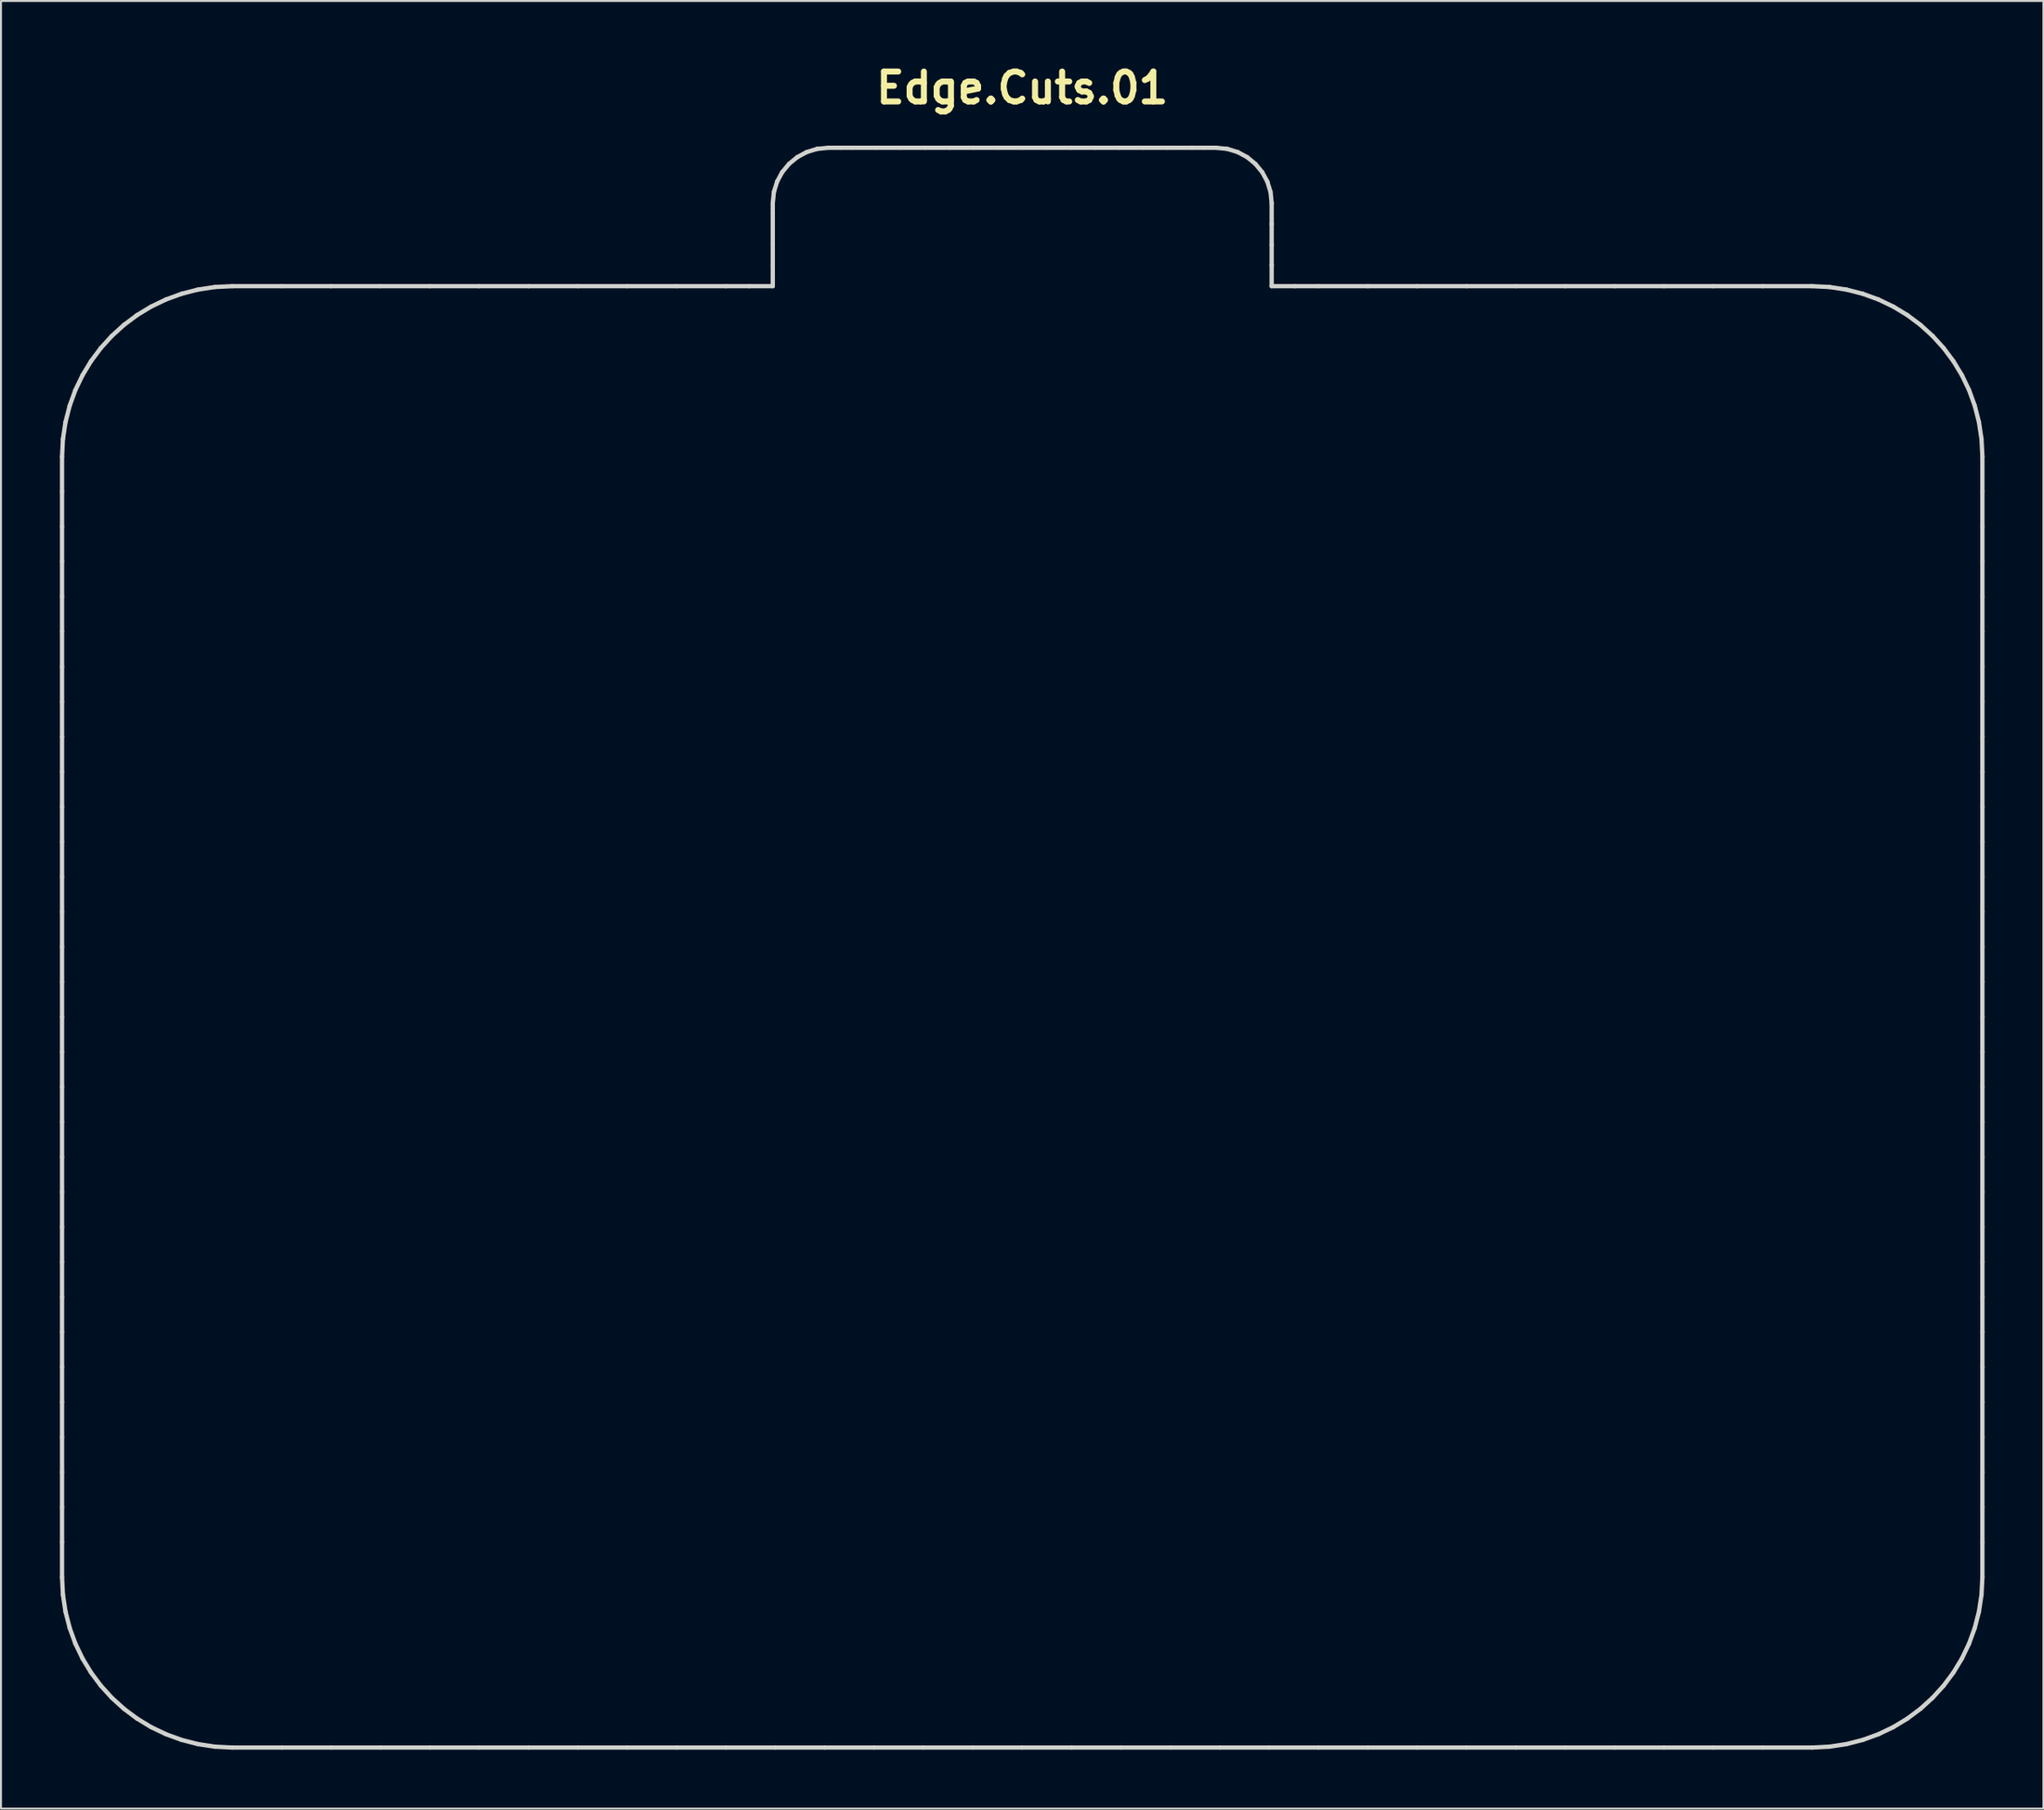
<source format=kicad_pcb>
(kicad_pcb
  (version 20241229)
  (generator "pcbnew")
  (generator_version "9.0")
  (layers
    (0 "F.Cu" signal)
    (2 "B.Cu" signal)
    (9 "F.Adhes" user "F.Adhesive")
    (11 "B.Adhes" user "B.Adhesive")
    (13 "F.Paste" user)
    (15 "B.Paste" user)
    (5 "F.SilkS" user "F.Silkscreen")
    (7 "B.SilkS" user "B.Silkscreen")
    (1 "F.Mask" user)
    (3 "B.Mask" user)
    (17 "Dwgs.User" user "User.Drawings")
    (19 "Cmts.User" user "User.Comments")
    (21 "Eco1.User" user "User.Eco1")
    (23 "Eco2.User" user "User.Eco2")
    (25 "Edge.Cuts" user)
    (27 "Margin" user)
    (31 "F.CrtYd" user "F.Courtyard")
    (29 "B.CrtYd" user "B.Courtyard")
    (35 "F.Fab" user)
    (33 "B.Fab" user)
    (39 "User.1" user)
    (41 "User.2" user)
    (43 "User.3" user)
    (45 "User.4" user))
  (footprint "Edge.Cuts.01"
    (layer "F.Cu")
    (at 48.993 45.197)
    (property "Reference" "Edge.Cuts.01" (at 0 -43.771 0) (layer "F.SilkS") (effects (font (size 1.524 1.524) (thickness 0.305))))
    (attr smd)
    (fp_line (start -48.884 -25.008) (end -48.884 -23.225) (stroke (width 0.218) (type solid)) (layer "Edge.Cuts"))
    (fp_line (start -48.884 -23.225) (end -48.884 -21.442) (stroke (width 0.218) (type solid)) (layer "Edge.Cuts"))
    (fp_line (start -48.884 -21.442) (end -48.884 -19.659) (stroke (width 0.218) (type solid)) (layer "Edge.Cuts"))
    (fp_line (start -48.884 -19.659) (end -48.884 -17.876) (stroke (width 0.218) (type solid)) (layer "Edge.Cuts"))
    (fp_line (start -48.884 -17.876) (end -48.884 -16.092) (stroke (width 0.218) (type solid)) (layer "Edge.Cuts"))
    (fp_line (start -48.884 -16.092) (end -48.884 -14.309) (stroke (width 0.218) (type solid)) (layer "Edge.Cuts"))
    (fp_line (start -48.884 -14.309) (end -48.884 -12.526) (stroke (width 0.218) (type solid)) (layer "Edge.Cuts"))
    (fp_line (start -48.884 -12.526) (end -48.884 -10.743) (stroke (width 0.218) (type solid)) (layer "Edge.Cuts"))
    (fp_line (start -48.884 -10.743) (end -48.884 -8.96) (stroke (width 0.218) (type solid)) (layer "Edge.Cuts"))
    (fp_line (start -48.884 -8.96) (end -48.884 -7.177) (stroke (width 0.218) (type solid)) (layer "Edge.Cuts"))
    (fp_line (start -48.884 -7.177) (end -48.884 -5.394) (stroke (width 0.218) (type solid)) (layer "Edge.Cuts"))
    (fp_line (start -48.884 -5.394) (end -48.884 -3.611) (stroke (width 0.218) (type solid)) (layer "Edge.Cuts"))
    (fp_line (start -48.884 -3.611) (end -48.884 -1.828) (stroke (width 0.218) (type solid)) (layer "Edge.Cuts"))
    (fp_line (start -48.884 -1.828) (end -48.884 -0.044) (stroke (width 0.218) (type solid)) (layer "Edge.Cuts"))
    (fp_line (start -48.884 -0.044) (end -48.884 1.739) (stroke (width 0.218) (type solid)) (layer "Edge.Cuts"))
    (fp_line (start -48.884 1.739) (end -48.884 3.522) (stroke (width 0.218) (type solid)) (layer "Edge.Cuts"))
    (fp_line (start -48.884 3.522) (end -48.884 5.305) (stroke (width 0.218) (type solid)) (layer "Edge.Cuts"))
    (fp_line (start -48.884 5.305) (end -48.884 7.088) (stroke (width 0.218) (type solid)) (layer "Edge.Cuts"))
    (fp_line (start -48.884 7.088) (end -48.884 8.872) (stroke (width 0.218) (type solid)) (layer "Edge.Cuts"))
    (fp_line (start -48.884 8.872) (end -48.884 10.655) (stroke (width 0.218) (type solid)) (layer "Edge.Cuts"))
    (fp_line (start -48.884 10.655) (end -48.884 12.438) (stroke (width 0.218) (type solid)) (layer "Edge.Cuts"))
    (fp_line (start -48.884 12.438) (end -48.884 14.221) (stroke (width 0.218) (type solid)) (layer "Edge.Cuts"))
    (fp_line (start -48.884 14.221) (end -48.884 16.004) (stroke (width 0.218) (type solid)) (layer "Edge.Cuts"))
    (fp_line (start -48.884 16.004) (end -48.884 17.787) (stroke (width 0.218) (type solid)) (layer "Edge.Cuts"))
    (fp_line (start -48.884 17.787) (end -48.884 19.571) (stroke (width 0.218) (type solid)) (layer "Edge.Cuts"))
    (fp_line (start -48.884 19.571) (end -48.884 21.354) (stroke (width 0.218) (type solid)) (layer "Edge.Cuts"))
    (fp_line (start -48.884 21.354) (end -48.884 23.137) (stroke (width 0.218) (type solid)) (layer "Edge.Cuts"))
    (fp_line (start -48.884 23.137) (end -48.884 24.92) (stroke (width 0.218) (type solid)) (layer "Edge.Cuts"))
    (fp_line (start -48.884 24.92) (end -48.884 26.703) (stroke (width 0.218) (type solid)) (layer "Edge.Cuts"))
    (fp_line (start -48.884 26.703) (end -48.884 28.487) (stroke (width 0.218) (type solid)) (layer "Edge.Cuts"))
    (fp_line (start -48.884 28.487) (end -48.884 30.27) (stroke (width 0.218) (type solid)) (layer "Edge.Cuts"))
    (fp_line (start -48.884 30.27) (end -48.884 32.053) (stroke (width 0.218) (type solid)) (layer "Edge.Cuts"))
    (fp_line (start -48.884 32.053) (end -48.839 32.941) (stroke (width 0.218) (type solid)) (layer "Edge.Cuts"))
    (fp_line (start -48.839 -25.897) (end -48.884 -25.008) (stroke (width 0.218) (type solid)) (layer "Edge.Cuts"))
    (fp_line (start -48.839 32.941) (end -48.708 33.804) (stroke (width 0.218) (type solid)) (layer "Edge.Cuts"))
    (fp_line (start -48.708 -26.76) (end -48.839 -25.897) (stroke (width 0.218) (type solid)) (layer "Edge.Cuts"))
    (fp_line (start -48.708 33.804) (end -48.495 34.636) (stroke (width 0.218) (type solid)) (layer "Edge.Cuts"))
    (fp_line (start -48.495 -27.592) (end -48.708 -26.76) (stroke (width 0.218) (type solid)) (layer "Edge.Cuts"))
    (fp_line (start -48.495 34.636) (end -48.205 35.433) (stroke (width 0.218) (type solid)) (layer "Edge.Cuts"))
    (fp_line (start -48.205 -28.39) (end -48.495 -27.592) (stroke (width 0.218) (type solid)) (layer "Edge.Cuts"))
    (fp_line (start -48.205 35.433) (end -47.84 36.192) (stroke (width 0.218) (type solid)) (layer "Edge.Cuts"))
    (fp_line (start -47.84 -29.147) (end -48.205 -28.39) (stroke (width 0.218) (type solid)) (layer "Edge.Cuts"))
    (fp_line (start -47.84 36.192) (end -47.407 36.907) (stroke (width 0.218) (type solid)) (layer "Edge.Cuts"))
    (fp_line (start -47.407 -29.862) (end -47.84 -29.147) (stroke (width 0.218) (type solid)) (layer "Edge.Cuts"))
    (fp_line (start -47.407 36.907) (end -46.909 37.574) (stroke (width 0.218) (type solid)) (layer "Edge.Cuts"))
    (fp_line (start -46.909 -30.529) (end -47.407 -29.862) (stroke (width 0.218) (type solid)) (layer "Edge.Cuts"))
    (fp_line (start -46.909 37.574) (end -46.35 38.189) (stroke (width 0.218) (type solid)) (layer "Edge.Cuts"))
    (fp_line (start -46.35 -31.144) (end -46.909 -30.529) (stroke (width 0.218) (type solid)) (layer "Edge.Cuts"))
    (fp_line (start -46.35 38.189) (end -45.735 38.748) (stroke (width 0.218) (type solid)) (layer "Edge.Cuts"))
    (fp_line (start -45.735 -31.703) (end -46.35 -31.144) (stroke (width 0.218) (type solid)) (layer "Edge.Cuts"))
    (fp_line (start -45.735 38.748) (end -45.068 39.246) (stroke (width 0.218) (type solid)) (layer "Edge.Cuts"))
    (fp_line (start -45.068 -32.202) (end -45.735 -31.703) (stroke (width 0.218) (type solid)) (layer "Edge.Cuts"))
    (fp_line (start -45.068 39.246) (end -44.353 39.68) (stroke (width 0.218) (type solid)) (layer "Edge.Cuts"))
    (fp_line (start -44.353 -32.635) (end -45.068 -32.202) (stroke (width 0.218) (type solid)) (layer "Edge.Cuts"))
    (fp_line (start -44.353 39.68) (end -43.595 40.043) (stroke (width 0.218) (type solid)) (layer "Edge.Cuts"))
    (fp_line (start -43.595 -32.999) (end -44.353 -32.635) (stroke (width 0.218) (type solid)) (layer "Edge.Cuts"))
    (fp_line (start -43.595 40.043) (end -42.797 40.334) (stroke (width 0.218) (type solid)) (layer "Edge.Cuts"))
    (fp_line (start -42.797 -33.29) (end -43.595 -32.999) (stroke (width 0.218) (type solid)) (layer "Edge.Cuts"))
    (fp_line (start -42.797 40.334) (end -41.965 40.547) (stroke (width 0.218) (type solid)) (layer "Edge.Cuts"))
    (fp_line (start -41.965 -33.503) (end -42.797 -33.29) (stroke (width 0.218) (type solid)) (layer "Edge.Cuts"))
    (fp_line (start -41.965 40.547) (end -41.103 40.678) (stroke (width 0.218) (type solid)) (layer "Edge.Cuts"))
    (fp_line (start -41.103 -33.634) (end -41.965 -33.503) (stroke (width 0.218) (type solid)) (layer "Edge.Cuts"))
    (fp_line (start -41.103 40.678) (end -40.214 40.723) (stroke (width 0.218) (type solid)) (layer "Edge.Cuts"))
    (fp_line (start -40.214 -33.678) (end -41.103 -33.634) (stroke (width 0.218) (type solid)) (layer "Edge.Cuts"))
    (fp_line (start -40.214 40.723) (end -37.7 40.723) (stroke (width 0.218) (type solid)) (layer "Edge.Cuts"))
    (fp_line (start -37.7 -33.678) (end -40.214 -33.678) (stroke (width 0.218) (type solid)) (layer "Edge.Cuts"))
    (fp_line (start -37.7 40.723) (end -35.187 40.723) (stroke (width 0.218) (type solid)) (layer "Edge.Cuts"))
    (fp_line (start -35.187 -33.678) (end -37.7 -33.678) (stroke (width 0.218) (type solid)) (layer "Edge.Cuts"))
    (fp_line (start -35.187 40.723) (end -32.674 40.723) (stroke (width 0.218) (type solid)) (layer "Edge.Cuts"))
    (fp_line (start -32.674 -33.678) (end -35.187 -33.678) (stroke (width 0.218) (type solid)) (layer "Edge.Cuts"))
    (fp_line (start -32.674 40.723) (end -30.16 40.723) (stroke (width 0.218) (type solid)) (layer "Edge.Cuts"))
    (fp_line (start -30.16 -33.678) (end -32.674 -33.678) (stroke (width 0.218) (type solid)) (layer "Edge.Cuts"))
    (fp_line (start -30.16 40.723) (end -27.647 40.723) (stroke (width 0.218) (type solid)) (layer "Edge.Cuts"))
    (fp_line (start -27.647 -33.678) (end -30.16 -33.678) (stroke (width 0.218) (type solid)) (layer "Edge.Cuts"))
    (fp_line (start -27.647 40.723) (end -25.133 40.723) (stroke (width 0.218) (type solid)) (layer "Edge.Cuts"))
    (fp_line (start -25.133 -33.678) (end -27.647 -33.678) (stroke (width 0.218) (type solid)) (layer "Edge.Cuts"))
    (fp_line (start -25.133 40.723) (end -22.62 40.723) (stroke (width 0.218) (type solid)) (layer "Edge.Cuts"))
    (fp_line (start -22.62 -33.678) (end -25.133 -33.678) (stroke (width 0.218) (type solid)) (layer "Edge.Cuts"))
    (fp_line (start -22.62 40.723) (end -20.107 40.723) (stroke (width 0.218) (type solid)) (layer "Edge.Cuts"))
    (fp_line (start -20.107 -33.678) (end -22.62 -33.678) (stroke (width 0.218) (type solid)) (layer "Edge.Cuts"))
    (fp_line (start -20.107 40.723) (end -17.593 40.723) (stroke (width 0.218) (type solid)) (layer "Edge.Cuts"))
    (fp_line (start -17.593 -33.678) (end -20.107 -33.678) (stroke (width 0.218) (type solid)) (layer "Edge.Cuts"))
    (fp_line (start -17.593 40.723) (end -15.08 40.723) (stroke (width 0.218) (type solid)) (layer "Edge.Cuts"))
    (fp_line (start -15.08 -33.678) (end -17.593 -33.678) (stroke (width 0.218) (type solid)) (layer "Edge.Cuts"))
    (fp_line (start -15.08 40.723) (end -12.567 40.723) (stroke (width 0.218) (type solid)) (layer "Edge.Cuts"))
    (fp_line (start -13.89 -33.678) (end -15.08 -33.678) (stroke (width 0.218) (type solid)) (layer "Edge.Cuts"))
    (fp_line (start -12.7 -37.901) (end -12.7 -37.373) (stroke (width 0.218) (type solid)) (layer "Edge.Cuts"))
    (fp_line (start -12.7 -37.373) (end -12.7 -36.846) (stroke (width 0.218) (type solid)) (layer "Edge.Cuts"))
    (fp_line (start -12.7 -36.846) (end -12.7 -35.79) (stroke (width 0.218) (type solid)) (layer "Edge.Cuts"))
    (fp_line (start -12.7 -35.79) (end -12.7 -34.734) (stroke (width 0.218) (type solid)) (layer "Edge.Cuts"))
    (fp_line (start -12.7 -34.734) (end -12.7 -33.678) (stroke (width 0.218) (type solid)) (layer "Edge.Cuts"))
    (fp_line (start -12.7 -33.678) (end -13.89 -33.678) (stroke (width 0.218) (type solid)) (layer "Edge.Cuts"))
    (fp_line (start -12.643 -38.471) (end -12.7 -37.901) (stroke (width 0.218) (type solid)) (layer "Edge.Cuts"))
    (fp_line (start -12.567 40.723) (end -10.053 40.723) (stroke (width 0.218) (type solid)) (layer "Edge.Cuts"))
    (fp_line (start -12.479 -39.002) (end -12.643 -38.471) (stroke (width 0.218) (type solid)) (layer "Edge.Cuts"))
    (fp_line (start -12.22 -39.481) (end -12.479 -39.002) (stroke (width 0.218) (type solid)) (layer "Edge.Cuts"))
    (fp_line (start -11.875 -39.898) (end -12.22 -39.481) (stroke (width 0.218) (type solid)) (layer "Edge.Cuts"))
    (fp_line (start -11.458 -40.242) (end -11.875 -39.898) (stroke (width 0.218) (type solid)) (layer "Edge.Cuts"))
    (fp_line (start -10.979 -40.502) (end -11.458 -40.242) (stroke (width 0.218) (type solid)) (layer "Edge.Cuts"))
    (fp_line (start -10.448 -40.666) (end -10.979 -40.502) (stroke (width 0.218) (type solid)) (layer "Edge.Cuts"))
    (fp_line (start -10.053 40.723) (end -7.54 40.723) (stroke (width 0.218) (type solid)) (layer "Edge.Cuts"))
    (fp_line (start -9.878 -40.723) (end -10.448 -40.666) (stroke (width 0.218) (type solid)) (layer "Edge.Cuts"))
    (fp_line (start -9.261 -40.723) (end -9.878 -40.723) (stroke (width 0.218) (type solid)) (layer "Edge.Cuts"))
    (fp_line (start -8.643 -40.723) (end -9.261 -40.723) (stroke (width 0.218) (type solid)) (layer "Edge.Cuts"))
    (fp_line (start -7.54 40.723) (end -5.027 40.723) (stroke (width 0.218) (type solid)) (layer "Edge.Cuts"))
    (fp_line (start -7.409 -40.723) (end -8.643 -40.723) (stroke (width 0.218) (type solid)) (layer "Edge.Cuts"))
    (fp_line (start -6.174 -40.723) (end -7.409 -40.723) (stroke (width 0.218) (type solid)) (layer "Edge.Cuts"))
    (fp_line (start -5.027 40.723) (end -2.513 40.723) (stroke (width 0.218) (type solid)) (layer "Edge.Cuts"))
    (fp_line (start -4.939 -40.723) (end -6.174 -40.723) (stroke (width 0.218) (type solid)) (layer "Edge.Cuts"))
    (fp_line (start -3.704 -40.723) (end -4.939 -40.723) (stroke (width 0.218) (type solid)) (layer "Edge.Cuts"))
    (fp_line (start -2.513 40.723) (end -0.000276 40.723) (stroke (width 0.218) (type solid)) (layer "Edge.Cuts"))
    (fp_line (start -2.469 -40.723) (end -3.704 -40.723) (stroke (width 0.218) (type solid)) (layer "Edge.Cuts"))
    (fp_line (start -1.235 -40.723) (end -2.469 -40.723) (stroke (width 0.218) (type solid)) (layer "Edge.Cuts"))
    (fp_line (start -0.000276 40.723) (end 2.513 40.723) (stroke (width 0.218) (type solid)) (layer "Edge.Cuts"))
    (fp_line (start -0.000068 -40.723) (end -1.235 -40.723) (stroke (width 0.218) (type solid)) (layer "Edge.Cuts"))
    (fp_line (start 1.235 -40.723) (end -0.000068 -40.723) (stroke (width 0.218) (type solid)) (layer "Edge.Cuts"))
    (fp_line (start 2.469 -40.723) (end 1.235 -40.723) (stroke (width 0.218) (type solid)) (layer "Edge.Cuts"))
    (fp_line (start 2.513 40.723) (end 5.027 40.723) (stroke (width 0.218) (type solid)) (layer "Edge.Cuts"))
    (fp_line (start 3.704 -40.723) (end 2.469 -40.723) (stroke (width 0.218) (type solid)) (layer "Edge.Cuts"))
    (fp_line (start 4.939 -40.723) (end 3.704 -40.723) (stroke (width 0.218) (type solid)) (layer "Edge.Cuts"))
    (fp_line (start 5.027 40.723) (end 7.54 40.723) (stroke (width 0.218) (type solid)) (layer "Edge.Cuts"))
    (fp_line (start 6.174 -40.723) (end 4.939 -40.723) (stroke (width 0.218) (type solid)) (layer "Edge.Cuts"))
    (fp_line (start 7.408 -40.723) (end 6.174 -40.723) (stroke (width 0.218) (type solid)) (layer "Edge.Cuts"))
    (fp_line (start 7.54 40.723) (end 10.053 40.723) (stroke (width 0.218) (type solid)) (layer "Edge.Cuts"))
    (fp_line (start 8.643 -40.723) (end 7.408 -40.723) (stroke (width 0.218) (type solid)) (layer "Edge.Cuts"))
    (fp_line (start 9.261 -40.723) (end 8.643 -40.723) (stroke (width 0.218) (type solid)) (layer "Edge.Cuts"))
    (fp_line (start 9.878 -40.723) (end 9.261 -40.723) (stroke (width 0.218) (type solid)) (layer "Edge.Cuts"))
    (fp_line (start 10.053 40.723) (end 12.567 40.723) (stroke (width 0.218) (type solid)) (layer "Edge.Cuts"))
    (fp_line (start 10.448 -40.666) (end 9.878 -40.723) (stroke (width 0.218) (type solid)) (layer "Edge.Cuts"))
    (fp_line (start 10.979 -40.502) (end 10.448 -40.666) (stroke (width 0.218) (type solid)) (layer "Edge.Cuts"))
    (fp_line (start 11.458 -40.242) (end 10.979 -40.502) (stroke (width 0.218) (type solid)) (layer "Edge.Cuts"))
    (fp_line (start 11.875 -39.898) (end 11.458 -40.242) (stroke (width 0.218) (type solid)) (layer "Edge.Cuts"))
    (fp_line (start 12.219 -39.481) (end 11.875 -39.898) (stroke (width 0.218) (type solid)) (layer "Edge.Cuts"))
    (fp_line (start 12.479 -39.002) (end 12.219 -39.481) (stroke (width 0.218) (type solid)) (layer "Edge.Cuts"))
    (fp_line (start 12.567 40.723) (end 15.08 40.723) (stroke (width 0.218) (type solid)) (layer "Edge.Cuts"))
    (fp_line (start 12.643 -38.471) (end 12.479 -39.002) (stroke (width 0.218) (type solid)) (layer "Edge.Cuts"))
    (fp_line (start 12.7 -37.901) (end 12.643 -38.471) (stroke (width 0.218) (type solid)) (layer "Edge.Cuts"))
    (fp_line (start 12.7 -36.846) (end 12.7 -37.901) (stroke (width 0.218) (type solid)) (layer "Edge.Cuts"))
    (fp_line (start 12.7 -35.79) (end 12.7 -36.846) (stroke (width 0.218) (type solid)) (layer "Edge.Cuts"))
    (fp_line (start 12.7 -34.734) (end 12.7 -35.79) (stroke (width 0.218) (type solid)) (layer "Edge.Cuts"))
    (fp_line (start 12.7 -33.678) (end 12.7 -34.734) (stroke (width 0.218) (type solid)) (layer "Edge.Cuts"))
    (fp_line (start 13.89 -33.678) (end 12.7 -33.678) (stroke (width 0.218) (type solid)) (layer "Edge.Cuts"))
    (fp_line (start 15.08 -33.678) (end 13.89 -33.678) (stroke (width 0.218) (type solid)) (layer "Edge.Cuts"))
    (fp_line (start 15.08 40.723) (end 17.593 40.723) (stroke (width 0.218) (type solid)) (layer "Edge.Cuts"))
    (fp_line (start 17.593 -33.678) (end 15.08 -33.678) (stroke (width 0.218) (type solid)) (layer "Edge.Cuts"))
    (fp_line (start 17.593 40.723) (end 20.107 40.723) (stroke (width 0.218) (type solid)) (layer "Edge.Cuts"))
    (fp_line (start 20.107 -33.678) (end 17.593 -33.678) (stroke (width 0.218) (type solid)) (layer "Edge.Cuts"))
    (fp_line (start 20.107 40.723) (end 22.62 40.723) (stroke (width 0.218) (type solid)) (layer "Edge.Cuts"))
    (fp_line (start 22.62 -33.678) (end 20.107 -33.678) (stroke (width 0.218) (type solid)) (layer "Edge.Cuts"))
    (fp_line (start 22.62 40.723) (end 25.133 40.723) (stroke (width 0.218) (type solid)) (layer "Edge.Cuts"))
    (fp_line (start 25.133 -33.678) (end 22.62 -33.678) (stroke (width 0.218) (type solid)) (layer "Edge.Cuts"))
    (fp_line (start 25.133 40.723) (end 27.647 40.723) (stroke (width 0.218) (type solid)) (layer "Edge.Cuts"))
    (fp_line (start 27.647 -33.678) (end 25.133 -33.678) (stroke (width 0.218) (type solid)) (layer "Edge.Cuts"))
    (fp_line (start 27.647 40.723) (end 30.16 40.723) (stroke (width 0.218) (type solid)) (layer "Edge.Cuts"))
    (fp_line (start 30.16 -33.678) (end 27.647 -33.678) (stroke (width 0.218) (type solid)) (layer "Edge.Cuts"))
    (fp_line (start 30.16 40.723) (end 32.674 40.723) (stroke (width 0.218) (type solid)) (layer "Edge.Cuts"))
    (fp_line (start 32.674 -33.678) (end 30.16 -33.678) (stroke (width 0.218) (type solid)) (layer "Edge.Cuts"))
    (fp_line (start 32.674 40.723) (end 35.187 40.723) (stroke (width 0.218) (type solid)) (layer "Edge.Cuts"))
    (fp_line (start 35.187 -33.678) (end 32.674 -33.678) (stroke (width 0.218) (type solid)) (layer "Edge.Cuts"))
    (fp_line (start 35.187 40.723) (end 37.7 40.723) (stroke (width 0.218) (type solid)) (layer "Edge.Cuts"))
    (fp_line (start 37.7 -33.678) (end 35.187 -33.678) (stroke (width 0.218) (type solid)) (layer "Edge.Cuts"))
    (fp_line (start 37.7 40.723) (end 40.214 40.723) (stroke (width 0.218) (type solid)) (layer "Edge.Cuts"))
    (fp_line (start 40.214 -33.678) (end 37.7 -33.678) (stroke (width 0.218) (type solid)) (layer "Edge.Cuts"))
    (fp_line (start 40.214 40.723) (end 41.103 40.678) (stroke (width 0.218) (type solid)) (layer "Edge.Cuts"))
    (fp_line (start 41.103 -33.634) (end 40.214 -33.678) (stroke (width 0.218) (type solid)) (layer "Edge.Cuts"))
    (fp_line (start 41.103 40.678) (end 41.965 40.547) (stroke (width 0.218) (type solid)) (layer "Edge.Cuts"))
    (fp_line (start 41.965 -33.503) (end 41.103 -33.634) (stroke (width 0.218) (type solid)) (layer "Edge.Cuts"))
    (fp_line (start 41.965 40.547) (end 42.797 40.334) (stroke (width 0.218) (type solid)) (layer "Edge.Cuts"))
    (fp_line (start 42.797 -33.29) (end 41.965 -33.503) (stroke (width 0.218) (type solid)) (layer "Edge.Cuts"))
    (fp_line (start 42.797 40.334) (end 43.595 40.043) (stroke (width 0.218) (type solid)) (layer "Edge.Cuts"))
    (fp_line (start 43.595 -32.999) (end 42.797 -33.29) (stroke (width 0.218) (type solid)) (layer "Edge.Cuts"))
    (fp_line (start 43.595 40.043) (end 44.353 39.68) (stroke (width 0.218) (type solid)) (layer "Edge.Cuts"))
    (fp_line (start 44.353 -32.635) (end 43.595 -32.999) (stroke (width 0.218) (type solid)) (layer "Edge.Cuts"))
    (fp_line (start 44.353 39.68) (end 45.068 39.246) (stroke (width 0.218) (type solid)) (layer "Edge.Cuts"))
    (fp_line (start 45.068 -32.202) (end 44.353 -32.635) (stroke (width 0.218) (type solid)) (layer "Edge.Cuts"))
    (fp_line (start 45.068 39.246) (end 45.735 38.748) (stroke (width 0.218) (type solid)) (layer "Edge.Cuts"))
    (fp_line (start 45.735 -31.703) (end 45.068 -32.202) (stroke (width 0.218) (type solid)) (layer "Edge.Cuts"))
    (fp_line (start 45.735 38.748) (end 46.35 38.189) (stroke (width 0.218) (type solid)) (layer "Edge.Cuts"))
    (fp_line (start 46.35 -31.144) (end 45.735 -31.703) (stroke (width 0.218) (type solid)) (layer "Edge.Cuts"))
    (fp_line (start 46.35 38.189) (end 46.909 37.574) (stroke (width 0.218) (type solid)) (layer "Edge.Cuts"))
    (fp_line (start 46.909 -30.529) (end 46.35 -31.144) (stroke (width 0.218) (type solid)) (layer "Edge.Cuts"))
    (fp_line (start 46.909 37.574) (end 47.407 36.907) (stroke (width 0.218) (type solid)) (layer "Edge.Cuts"))
    (fp_line (start 47.407 -29.862) (end 46.909 -30.529) (stroke (width 0.218) (type solid)) (layer "Edge.Cuts"))
    (fp_line (start 47.407 36.907) (end 47.84 36.192) (stroke (width 0.218) (type solid)) (layer "Edge.Cuts"))
    (fp_line (start 47.84 -29.147) (end 47.407 -29.862) (stroke (width 0.218) (type solid)) (layer "Edge.Cuts"))
    (fp_line (start 47.84 36.192) (end 48.205 35.433) (stroke (width 0.218) (type solid)) (layer "Edge.Cuts"))
    (fp_line (start 48.205 -28.39) (end 47.84 -29.147) (stroke (width 0.218) (type solid)) (layer "Edge.Cuts"))
    (fp_line (start 48.205 35.433) (end 48.495 34.636) (stroke (width 0.218) (type solid)) (layer "Edge.Cuts"))
    (fp_line (start 48.495 -27.592) (end 48.205 -28.39) (stroke (width 0.218) (type solid)) (layer "Edge.Cuts"))
    (fp_line (start 48.495 34.636) (end 48.708 33.804) (stroke (width 0.218) (type solid)) (layer "Edge.Cuts"))
    (fp_line (start 48.708 -26.76) (end 48.495 -27.592) (stroke (width 0.218) (type solid)) (layer "Edge.Cuts"))
    (fp_line (start 48.708 33.804) (end 48.839 32.941) (stroke (width 0.218) (type solid)) (layer "Edge.Cuts"))
    (fp_line (start 48.839 -25.897) (end 48.708 -26.76) (stroke (width 0.218) (type solid)) (layer "Edge.Cuts"))
    (fp_line (start 48.839 32.941) (end 48.884 32.053) (stroke (width 0.218) (type solid)) (layer "Edge.Cuts"))
    (fp_line (start 48.884 -25.008) (end 48.839 -25.897) (stroke (width 0.218) (type solid)) (layer "Edge.Cuts"))
    (fp_line (start 48.884 -23.225) (end 48.884 -25.008) (stroke (width 0.218) (type solid)) (layer "Edge.Cuts"))
    (fp_line (start 48.884 -21.442) (end 48.884 -23.225) (stroke (width 0.218) (type solid)) (layer "Edge.Cuts"))
    (fp_line (start 48.884 -19.659) (end 48.884 -21.442) (stroke (width 0.218) (type solid)) (layer "Edge.Cuts"))
    (fp_line (start 48.884 -17.876) (end 48.884 -19.659) (stroke (width 0.218) (type solid)) (layer "Edge.Cuts"))
    (fp_line (start 48.884 -16.092) (end 48.884 -17.876) (stroke (width 0.218) (type solid)) (layer "Edge.Cuts"))
    (fp_line (start 48.884 -14.309) (end 48.884 -16.092) (stroke (width 0.218) (type solid)) (layer "Edge.Cuts"))
    (fp_line (start 48.884 -12.526) (end 48.884 -14.309) (stroke (width 0.218) (type solid)) (layer "Edge.Cuts"))
    (fp_line (start 48.884 -10.743) (end 48.884 -12.526) (stroke (width 0.218) (type solid)) (layer "Edge.Cuts"))
    (fp_line (start 48.884 -8.96) (end 48.884 -10.743) (stroke (width 0.218) (type solid)) (layer "Edge.Cuts"))
    (fp_line (start 48.884 -7.177) (end 48.884 -8.96) (stroke (width 0.218) (type solid)) (layer "Edge.Cuts"))
    (fp_line (start 48.884 -5.394) (end 48.884 -7.177) (stroke (width 0.218) (type solid)) (layer "Edge.Cuts"))
    (fp_line (start 48.884 -3.611) (end 48.884 -5.394) (stroke (width 0.218) (type solid)) (layer "Edge.Cuts"))
    (fp_line (start 48.884 -1.828) (end 48.884 -3.611) (stroke (width 0.218) (type solid)) (layer "Edge.Cuts"))
    (fp_line (start 48.884 -0.044) (end 48.884 -1.828) (stroke (width 0.218) (type solid)) (layer "Edge.Cuts"))
    (fp_line (start 48.884 1.739) (end 48.884 -0.044) (stroke (width 0.218) (type solid)) (layer "Edge.Cuts"))
    (fp_line (start 48.884 3.522) (end 48.884 1.739) (stroke (width 0.218) (type solid)) (layer "Edge.Cuts"))
    (fp_line (start 48.884 5.305) (end 48.884 3.522) (stroke (width 0.218) (type solid)) (layer "Edge.Cuts"))
    (fp_line (start 48.884 7.088) (end 48.884 5.305) (stroke (width 0.218) (type solid)) (layer "Edge.Cuts"))
    (fp_line (start 48.884 8.872) (end 48.884 7.088) (stroke (width 0.218) (type solid)) (layer "Edge.Cuts"))
    (fp_line (start 48.884 10.655) (end 48.884 8.872) (stroke (width 0.218) (type solid)) (layer "Edge.Cuts"))
    (fp_line (start 48.884 12.438) (end 48.884 10.655) (stroke (width 0.218) (type solid)) (layer "Edge.Cuts"))
    (fp_line (start 48.884 14.221) (end 48.884 12.438) (stroke (width 0.218) (type solid)) (layer "Edge.Cuts"))
    (fp_line (start 48.884 16.004) (end 48.884 14.221) (stroke (width 0.218) (type solid)) (layer "Edge.Cuts"))
    (fp_line (start 48.884 17.787) (end 48.884 16.004) (stroke (width 0.218) (type solid)) (layer "Edge.Cuts"))
    (fp_line (start 48.884 19.571) (end 48.884 17.787) (stroke (width 0.218) (type solid)) (layer "Edge.Cuts"))
    (fp_line (start 48.884 21.354) (end 48.884 19.571) (stroke (width 0.218) (type solid)) (layer "Edge.Cuts"))
    (fp_line (start 48.884 23.137) (end 48.884 21.354) (stroke (width 0.218) (type solid)) (layer "Edge.Cuts"))
    (fp_line (start 48.884 24.92) (end 48.884 23.137) (stroke (width 0.218) (type solid)) (layer "Edge.Cuts"))
    (fp_line (start 48.884 26.703) (end 48.884 24.92) (stroke (width 0.218) (type solid)) (layer "Edge.Cuts"))
    (fp_line (start 48.884 28.487) (end 48.884 26.703) (stroke (width 0.218) (type solid)) (layer "Edge.Cuts"))
    (fp_line (start 48.884 30.27) (end 48.884 28.487) (stroke (width 0.218) (type solid)) (layer "Edge.Cuts"))
    (fp_line (start 48.884 32.053) (end 48.884 30.27) (stroke (width 0.218) (type solid)) (layer "Edge.Cuts")))
  (gr_rect
    (start -3 -3)
    (end 100.985 89.029)
    (stroke (width 0.1) (type default))
    (fill no)
    (layer "Edge.Cuts")))
</source>
